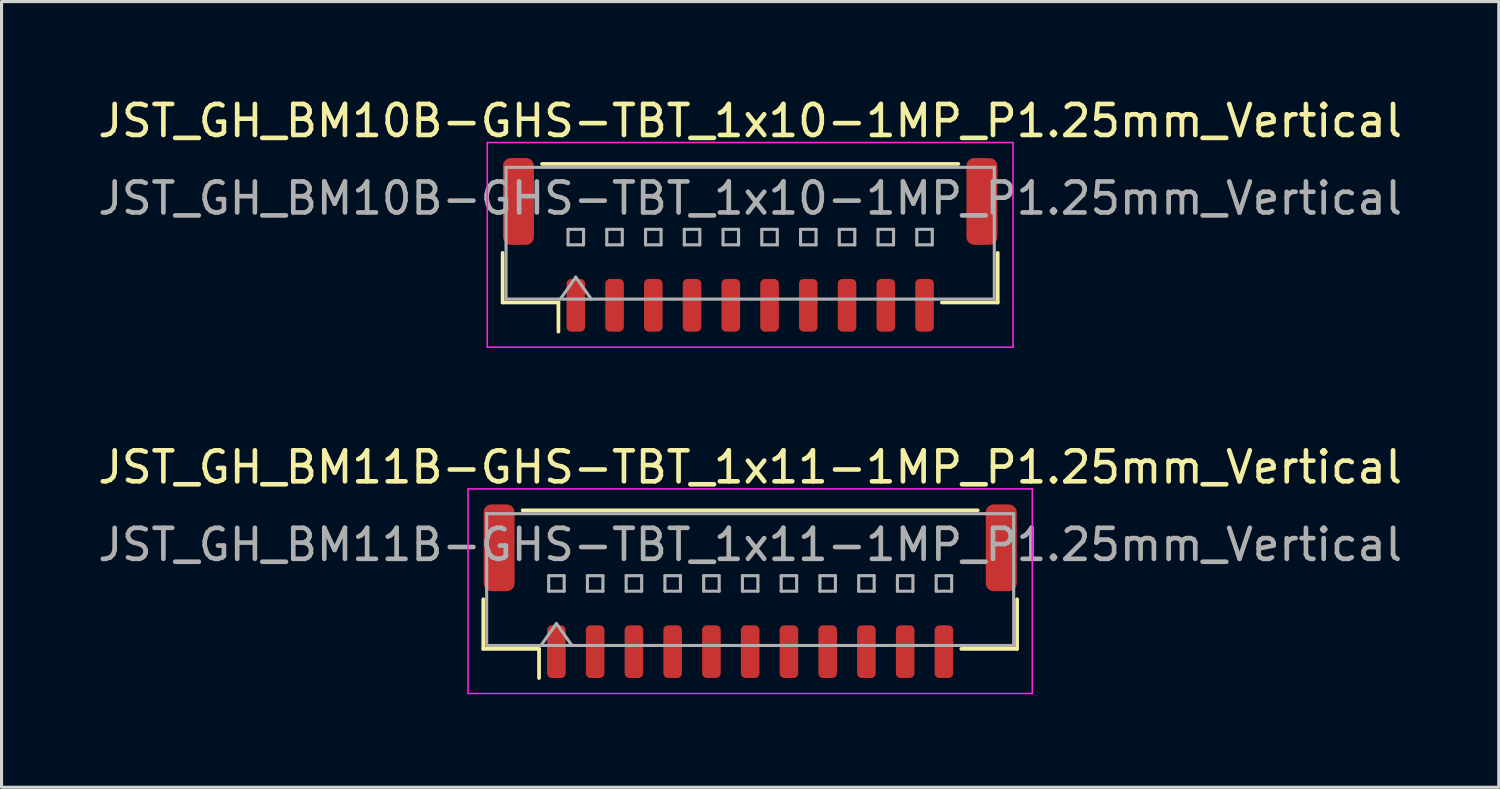
<source format=kicad_pcb>
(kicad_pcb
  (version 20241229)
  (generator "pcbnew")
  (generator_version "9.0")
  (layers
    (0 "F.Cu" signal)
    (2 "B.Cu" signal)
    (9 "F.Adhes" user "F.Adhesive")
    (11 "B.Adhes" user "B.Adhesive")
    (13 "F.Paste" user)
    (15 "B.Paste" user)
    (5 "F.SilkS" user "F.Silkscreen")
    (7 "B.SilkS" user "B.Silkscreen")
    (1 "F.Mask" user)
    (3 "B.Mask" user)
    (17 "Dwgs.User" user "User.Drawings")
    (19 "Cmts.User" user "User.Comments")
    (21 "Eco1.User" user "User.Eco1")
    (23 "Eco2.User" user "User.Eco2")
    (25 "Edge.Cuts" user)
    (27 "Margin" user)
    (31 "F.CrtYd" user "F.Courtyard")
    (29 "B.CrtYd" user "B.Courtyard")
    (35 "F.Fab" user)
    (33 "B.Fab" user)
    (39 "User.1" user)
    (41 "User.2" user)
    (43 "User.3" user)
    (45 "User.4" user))
  (footprint "JST_GH_BM10B-GHS-TBT_1x10-1MP_P1.25mm_Vertical"
    (layer "F.Cu")
    (at 21.149 4.848)
    (property "Reference" "JST_GH_BM10B-GHS-TBT_1x10-1MP_P1.25mm_Vertical" (at 0 -4 0) (layer "F.SilkS") (effects (font (size 1 1) (thickness 0.15))))
    (attr smd)
    (fp_line (start -7.985 0.26) (end -7.985 1.86) (stroke (width 0.12) (type solid)) (layer "F.SilkS"))
    (fp_line (start -7.985 1.86) (end -6.185 1.86) (stroke (width 0.12) (type solid)) (layer "F.SilkS"))
    (fp_line (start -6.715 -2.61) (end 6.715 -2.61) (stroke (width 0.12) (type solid)) (layer "F.SilkS"))
    (fp_line (start -6.185 1.86) (end -6.185 2.8) (stroke (width 0.12) (type solid)) (layer "F.SilkS"))
    (fp_line (start 7.985 0.26) (end 7.985 1.86) (stroke (width 0.12) (type solid)) (layer "F.SilkS"))
    (fp_line (start 7.985 1.86) (end 6.185 1.86) (stroke (width 0.12) (type solid)) (layer "F.SilkS"))
    (fp_line (start -8.48 -3.3) (end -8.48 3.3) (stroke (width 0.05) (type solid)) (layer "F.CrtYd"))
    (fp_line (start -8.48 3.3) (end 8.48 3.3) (stroke (width 0.05) (type solid)) (layer "F.CrtYd"))
    (fp_line (start 8.48 -3.3) (end -8.48 -3.3) (stroke (width 0.05) (type solid)) (layer "F.CrtYd"))
    (fp_line (start 8.48 3.3) (end 8.48 -3.3) (stroke (width 0.05) (type solid)) (layer "F.CrtYd"))
    (fp_line (start -7.875 -2.5) (end 7.875 -2.5) (stroke (width 0.1) (type solid)) (layer "F.Fab"))
    (fp_line (start -7.875 1.75) (end -7.875 -2.5) (stroke (width 0.1) (type solid)) (layer "F.Fab"))
    (fp_line (start -7.875 1.75) (end 7.875 1.75) (stroke (width 0.1) (type solid)) (layer "F.Fab"))
    (fp_line (start -6.125 1.75) (end -5.625 1.043) (stroke (width 0.1) (type solid)) (layer "F.Fab"))
    (fp_line (start -5.875 -0.5) (end -5.875 0) (stroke (width 0.1) (type solid)) (layer "F.Fab"))
    (fp_line (start -5.875 0) (end -5.375 0) (stroke (width 0.1) (type solid)) (layer "F.Fab"))
    (fp_line (start -5.625 1.043) (end -5.125 1.75) (stroke (width 0.1) (type solid)) (layer "F.Fab"))
    (fp_line (start -5.375 -0.5) (end -5.875 -0.5) (stroke (width 0.1) (type solid)) (layer "F.Fab"))
    (fp_line (start -5.375 0) (end -5.375 -0.5) (stroke (width 0.1) (type solid)) (layer "F.Fab"))
    (fp_line (start -4.625 -0.5) (end -4.625 0) (stroke (width 0.1) (type solid)) (layer "F.Fab"))
    (fp_line (start -4.625 0) (end -4.125 0) (stroke (width 0.1) (type solid)) (layer "F.Fab"))
    (fp_line (start -4.125 -0.5) (end -4.625 -0.5) (stroke (width 0.1) (type solid)) (layer "F.Fab"))
    (fp_line (start -4.125 0) (end -4.125 -0.5) (stroke (width 0.1) (type solid)) (layer "F.Fab"))
    (fp_line (start -3.375 -0.5) (end -3.375 0) (stroke (width 0.1) (type solid)) (layer "F.Fab"))
    (fp_line (start -3.375 0) (end -2.875 0) (stroke (width 0.1) (type solid)) (layer "F.Fab"))
    (fp_line (start -2.875 -0.5) (end -3.375 -0.5) (stroke (width 0.1) (type solid)) (layer "F.Fab"))
    (fp_line (start -2.875 0) (end -2.875 -0.5) (stroke (width 0.1) (type solid)) (layer "F.Fab"))
    (fp_line (start -2.125 -0.5) (end -2.125 0) (stroke (width 0.1) (type solid)) (layer "F.Fab"))
    (fp_line (start -2.125 0) (end -1.625 0) (stroke (width 0.1) (type solid)) (layer "F.Fab"))
    (fp_line (start -1.625 -0.5) (end -2.125 -0.5) (stroke (width 0.1) (type solid)) (layer "F.Fab"))
    (fp_line (start -1.625 0) (end -1.625 -0.5) (stroke (width 0.1) (type solid)) (layer "F.Fab"))
    (fp_line (start -0.875 -0.5) (end -0.875 0) (stroke (width 0.1) (type solid)) (layer "F.Fab"))
    (fp_line (start -0.875 0) (end -0.375 0) (stroke (width 0.1) (type solid)) (layer "F.Fab"))
    (fp_line (start -0.375 -0.5) (end -0.875 -0.5) (stroke (width 0.1) (type solid)) (layer "F.Fab"))
    (fp_line (start -0.375 0) (end -0.375 -0.5) (stroke (width 0.1) (type solid)) (layer "F.Fab"))
    (fp_line (start 0.375 -0.5) (end 0.375 0) (stroke (width 0.1) (type solid)) (layer "F.Fab"))
    (fp_line (start 0.375 0) (end 0.875 0) (stroke (width 0.1) (type solid)) (layer "F.Fab"))
    (fp_line (start 0.875 -0.5) (end 0.375 -0.5) (stroke (width 0.1) (type solid)) (layer "F.Fab"))
    (fp_line (start 0.875 0) (end 0.875 -0.5) (stroke (width 0.1) (type solid)) (layer "F.Fab"))
    (fp_line (start 1.625 -0.5) (end 1.625 0) (stroke (width 0.1) (type solid)) (layer "F.Fab"))
    (fp_line (start 1.625 0) (end 2.125 0) (stroke (width 0.1) (type solid)) (layer "F.Fab"))
    (fp_line (start 2.125 -0.5) (end 1.625 -0.5) (stroke (width 0.1) (type solid)) (layer "F.Fab"))
    (fp_line (start 2.125 0) (end 2.125 -0.5) (stroke (width 0.1) (type solid)) (layer "F.Fab"))
    (fp_line (start 2.875 -0.5) (end 2.875 0) (stroke (width 0.1) (type solid)) (layer "F.Fab"))
    (fp_line (start 2.875 0) (end 3.375 0) (stroke (width 0.1) (type solid)) (layer "F.Fab"))
    (fp_line (start 3.375 -0.5) (end 2.875 -0.5) (stroke (width 0.1) (type solid)) (layer "F.Fab"))
    (fp_line (start 3.375 0) (end 3.375 -0.5) (stroke (width 0.1) (type solid)) (layer "F.Fab"))
    (fp_line (start 4.125 -0.5) (end 4.125 0) (stroke (width 0.1) (type solid)) (layer "F.Fab"))
    (fp_line (start 4.125 0) (end 4.625 0) (stroke (width 0.1) (type solid)) (layer "F.Fab"))
    (fp_line (start 4.625 -0.5) (end 4.125 -0.5) (stroke (width 0.1) (type solid)) (layer "F.Fab"))
    (fp_line (start 4.625 0) (end 4.625 -0.5) (stroke (width 0.1) (type solid)) (layer "F.Fab"))
    (fp_line (start 5.375 -0.5) (end 5.375 0) (stroke (width 0.1) (type solid)) (layer "F.Fab"))
    (fp_line (start 5.375 0) (end 5.875 0) (stroke (width 0.1) (type solid)) (layer "F.Fab"))
    (fp_line (start 5.875 -0.5) (end 5.375 -0.5) (stroke (width 0.1) (type solid)) (layer "F.Fab"))
    (fp_line (start 5.875 0) (end 5.875 -0.5) (stroke (width 0.1) (type solid)) (layer "F.Fab"))
    (fp_line (start 7.875 1.75) (end 7.875 -2.5) (stroke (width 0.1) (type solid)) (layer "F.Fab"))
    (fp_text user "${REFERENCE}" (at 0 -1.5 0) (layer "F.Fab") (effects (font (size 1 1) (thickness 0.15))))
    (pad "1" smd roundrect (at -5.625 1.95) (size 0.6 1.7) (layers "F.Cu" "F.Mask" "F.Paste") (roundrect_rratio 0.25))
    (pad "2" smd roundrect (at -4.375 1.95) (size 0.6 1.7) (layers "F.Cu" "F.Mask" "F.Paste") (roundrect_rratio 0.25))
    (pad "3" smd roundrect (at -3.125 1.95) (size 0.6 1.7) (layers "F.Cu" "F.Mask" "F.Paste") (roundrect_rratio 0.25))
    (pad "4" smd roundrect (at -1.875 1.95) (size 0.6 1.7) (layers "F.Cu" "F.Mask" "F.Paste") (roundrect_rratio 0.25))
    (pad "5" smd roundrect (at -0.625 1.95) (size 0.6 1.7) (layers "F.Cu" "F.Mask" "F.Paste") (roundrect_rratio 0.25))
    (pad "6" smd roundrect (at 0.625 1.95) (size 0.6 1.7) (layers "F.Cu" "F.Mask" "F.Paste") (roundrect_rratio 0.25))
    (pad "7" smd roundrect (at 1.875 1.95) (size 0.6 1.7) (layers "F.Cu" "F.Mask" "F.Paste") (roundrect_rratio 0.25))
    (pad "8" smd roundrect (at 3.125 1.95) (size 0.6 1.7) (layers "F.Cu" "F.Mask" "F.Paste") (roundrect_rratio 0.25))
    (pad "9" smd roundrect (at 4.375 1.95) (size 0.6 1.7) (layers "F.Cu" "F.Mask" "F.Paste") (roundrect_rratio 0.25))
    (pad "10" smd roundrect (at 5.625 1.95) (size 0.6 1.7) (layers "F.Cu" "F.Mask" "F.Paste") (roundrect_rratio 0.25))
    (pad "MP" smd roundrect (at -7.475 -1.4) (size 1 2.8) (layers "F.Cu" "F.Mask" "F.Paste") (roundrect_rratio 0.25))
    (pad "MP" smd roundrect (at 7.475 -1.4) (size 1 2.8) (layers "F.Cu" "F.Mask" "F.Paste") (roundrect_rratio 0.25)))
  (footprint "JST_GH_BM11B-GHS-TBT_1x11-1MP_P1.25mm_Vertical"
    (layer "F.Cu")
    (at 21.149 16.021)
    (property "Reference" "JST_GH_BM11B-GHS-TBT_1x11-1MP_P1.25mm_Vertical" (at 0 -4 0) (layer "F.SilkS") (effects (font (size 1 1) (thickness 0.15))))
    (attr smd)
    (fp_line (start -8.61 0.26) (end -8.61 1.86) (stroke (width 0.12) (type solid)) (layer "F.SilkS"))
    (fp_line (start -8.61 1.86) (end -6.81 1.86) (stroke (width 0.12) (type solid)) (layer "F.SilkS"))
    (fp_line (start -7.34 -2.61) (end 7.34 -2.61) (stroke (width 0.12) (type solid)) (layer "F.SilkS"))
    (fp_line (start -6.81 1.86) (end -6.81 2.8) (stroke (width 0.12) (type solid)) (layer "F.SilkS"))
    (fp_line (start 8.61 0.26) (end 8.61 1.86) (stroke (width 0.12) (type solid)) (layer "F.SilkS"))
    (fp_line (start 8.61 1.86) (end 6.81 1.86) (stroke (width 0.12) (type solid)) (layer "F.SilkS"))
    (fp_line (start -9.1 -3.3) (end -9.1 3.3) (stroke (width 0.05) (type solid)) (layer "F.CrtYd"))
    (fp_line (start -9.1 3.3) (end 9.1 3.3) (stroke (width 0.05) (type solid)) (layer "F.CrtYd"))
    (fp_line (start 9.1 -3.3) (end -9.1 -3.3) (stroke (width 0.05) (type solid)) (layer "F.CrtYd"))
    (fp_line (start 9.1 3.3) (end 9.1 -3.3) (stroke (width 0.05) (type solid)) (layer "F.CrtYd"))
    (fp_line (start -8.5 -2.5) (end 8.5 -2.5) (stroke (width 0.1) (type solid)) (layer "F.Fab"))
    (fp_line (start -8.5 1.75) (end -8.5 -2.5) (stroke (width 0.1) (type solid)) (layer "F.Fab"))
    (fp_line (start -8.5 1.75) (end 8.5 1.75) (stroke (width 0.1) (type solid)) (layer "F.Fab"))
    (fp_line (start -6.75 1.75) (end -6.25 1.043) (stroke (width 0.1) (type solid)) (layer "F.Fab"))
    (fp_line (start -6.5 -0.5) (end -6.5 0) (stroke (width 0.1) (type solid)) (layer "F.Fab"))
    (fp_line (start -6.5 0) (end -6 0) (stroke (width 0.1) (type solid)) (layer "F.Fab"))
    (fp_line (start -6.25 1.043) (end -5.75 1.75) (stroke (width 0.1) (type solid)) (layer "F.Fab"))
    (fp_line (start -6 -0.5) (end -6.5 -0.5) (stroke (width 0.1) (type solid)) (layer "F.Fab"))
    (fp_line (start -6 0) (end -6 -0.5) (stroke (width 0.1) (type solid)) (layer "F.Fab"))
    (fp_line (start -5.25 -0.5) (end -5.25 0) (stroke (width 0.1) (type solid)) (layer "F.Fab"))
    (fp_line (start -5.25 0) (end -4.75 0) (stroke (width 0.1) (type solid)) (layer "F.Fab"))
    (fp_line (start -4.75 -0.5) (end -5.25 -0.5) (stroke (width 0.1) (type solid)) (layer "F.Fab"))
    (fp_line (start -4.75 0) (end -4.75 -0.5) (stroke (width 0.1) (type solid)) (layer "F.Fab"))
    (fp_line (start -4 -0.5) (end -4 0) (stroke (width 0.1) (type solid)) (layer "F.Fab"))
    (fp_line (start -4 0) (end -3.5 0) (stroke (width 0.1) (type solid)) (layer "F.Fab"))
    (fp_line (start -3.5 -0.5) (end -4 -0.5) (stroke (width 0.1) (type solid)) (layer "F.Fab"))
    (fp_line (start -3.5 0) (end -3.5 -0.5) (stroke (width 0.1) (type solid)) (layer "F.Fab"))
    (fp_line (start -2.75 -0.5) (end -2.75 0) (stroke (width 0.1) (type solid)) (layer "F.Fab"))
    (fp_line (start -2.75 0) (end -2.25 0) (stroke (width 0.1) (type solid)) (layer "F.Fab"))
    (fp_line (start -2.25 -0.5) (end -2.75 -0.5) (stroke (width 0.1) (type solid)) (layer "F.Fab"))
    (fp_line (start -2.25 0) (end -2.25 -0.5) (stroke (width 0.1) (type solid)) (layer "F.Fab"))
    (fp_line (start -1.5 -0.5) (end -1.5 0) (stroke (width 0.1) (type solid)) (layer "F.Fab"))
    (fp_line (start -1.5 0) (end -1 0) (stroke (width 0.1) (type solid)) (layer "F.Fab"))
    (fp_line (start -1 -0.5) (end -1.5 -0.5) (stroke (width 0.1) (type solid)) (layer "F.Fab"))
    (fp_line (start -1 0) (end -1 -0.5) (stroke (width 0.1) (type solid)) (layer "F.Fab"))
    (fp_line (start -0.25 -0.5) (end -0.25 0) (stroke (width 0.1) (type solid)) (layer "F.Fab"))
    (fp_line (start -0.25 0) (end 0.25 0) (stroke (width 0.1) (type solid)) (layer "F.Fab"))
    (fp_line (start 0.25 -0.5) (end -0.25 -0.5) (stroke (width 0.1) (type solid)) (layer "F.Fab"))
    (fp_line (start 0.25 0) (end 0.25 -0.5) (stroke (width 0.1) (type solid)) (layer "F.Fab"))
    (fp_line (start 1 -0.5) (end 1 0) (stroke (width 0.1) (type solid)) (layer "F.Fab"))
    (fp_line (start 1 0) (end 1.5 0) (stroke (width 0.1) (type solid)) (layer "F.Fab"))
    (fp_line (start 1.5 -0.5) (end 1 -0.5) (stroke (width 0.1) (type solid)) (layer "F.Fab"))
    (fp_line (start 1.5 0) (end 1.5 -0.5) (stroke (width 0.1) (type solid)) (layer "F.Fab"))
    (fp_line (start 2.25 -0.5) (end 2.25 0) (stroke (width 0.1) (type solid)) (layer "F.Fab"))
    (fp_line (start 2.25 0) (end 2.75 0) (stroke (width 0.1) (type solid)) (layer "F.Fab"))
    (fp_line (start 2.75 -0.5) (end 2.25 -0.5) (stroke (width 0.1) (type solid)) (layer "F.Fab"))
    (fp_line (start 2.75 0) (end 2.75 -0.5) (stroke (width 0.1) (type solid)) (layer "F.Fab"))
    (fp_line (start 3.5 -0.5) (end 3.5 0) (stroke (width 0.1) (type solid)) (layer "F.Fab"))
    (fp_line (start 3.5 0) (end 4 0) (stroke (width 0.1) (type solid)) (layer "F.Fab"))
    (fp_line (start 4 -0.5) (end 3.5 -0.5) (stroke (width 0.1) (type solid)) (layer "F.Fab"))
    (fp_line (start 4 0) (end 4 -0.5) (stroke (width 0.1) (type solid)) (layer "F.Fab"))
    (fp_line (start 4.75 -0.5) (end 4.75 0) (stroke (width 0.1) (type solid)) (layer "F.Fab"))
    (fp_line (start 4.75 0) (end 5.25 0) (stroke (width 0.1) (type solid)) (layer "F.Fab"))
    (fp_line (start 5.25 -0.5) (end 4.75 -0.5) (stroke (width 0.1) (type solid)) (layer "F.Fab"))
    (fp_line (start 5.25 0) (end 5.25 -0.5) (stroke (width 0.1) (type solid)) (layer "F.Fab"))
    (fp_line (start 6 -0.5) (end 6 0) (stroke (width 0.1) (type solid)) (layer "F.Fab"))
    (fp_line (start 6 0) (end 6.5 0) (stroke (width 0.1) (type solid)) (layer "F.Fab"))
    (fp_line (start 6.5 -0.5) (end 6 -0.5) (stroke (width 0.1) (type solid)) (layer "F.Fab"))
    (fp_line (start 6.5 0) (end 6.5 -0.5) (stroke (width 0.1) (type solid)) (layer "F.Fab"))
    (fp_line (start 8.5 1.75) (end 8.5 -2.5) (stroke (width 0.1) (type solid)) (layer "F.Fab"))
    (fp_text user "${REFERENCE}" (at 0 -1.5 0) (layer "F.Fab") (effects (font (size 1 1) (thickness 0.15))))
    (pad "1" smd roundrect (at -6.25 1.95) (size 0.6 1.7) (layers "F.Cu" "F.Mask" "F.Paste") (roundrect_rratio 0.25))
    (pad "2" smd roundrect (at -5 1.95) (size 0.6 1.7) (layers "F.Cu" "F.Mask" "F.Paste") (roundrect_rratio 0.25))
    (pad "3" smd roundrect (at -3.75 1.95) (size 0.6 1.7) (layers "F.Cu" "F.Mask" "F.Paste") (roundrect_rratio 0.25))
    (pad "4" smd roundrect (at -2.5 1.95) (size 0.6 1.7) (layers "F.Cu" "F.Mask" "F.Paste") (roundrect_rratio 0.25))
    (pad "5" smd roundrect (at -1.25 1.95) (size 0.6 1.7) (layers "F.Cu" "F.Mask" "F.Paste") (roundrect_rratio 0.25))
    (pad "6" smd roundrect (at 0 1.95) (size 0.6 1.7) (layers "F.Cu" "F.Mask" "F.Paste") (roundrect_rratio 0.25))
    (pad "7" smd roundrect (at 1.25 1.95) (size 0.6 1.7) (layers "F.Cu" "F.Mask" "F.Paste") (roundrect_rratio 0.25))
    (pad "8" smd roundrect (at 2.5 1.95) (size 0.6 1.7) (layers "F.Cu" "F.Mask" "F.Paste") (roundrect_rratio 0.25))
    (pad "9" smd roundrect (at 3.75 1.95) (size 0.6 1.7) (layers "F.Cu" "F.Mask" "F.Paste") (roundrect_rratio 0.25))
    (pad "10" smd roundrect (at 5 1.95) (size 0.6 1.7) (layers "F.Cu" "F.Mask" "F.Paste") (roundrect_rratio 0.25))
    (pad "11" smd roundrect (at 6.25 1.95) (size 0.6 1.7) (layers "F.Cu" "F.Mask" "F.Paste") (roundrect_rratio 0.25))
    (pad "MP" smd roundrect (at -8.1 -1.4) (size 1 2.8) (layers "F.Cu" "F.Mask" "F.Paste") (roundrect_rratio 0.25))
    (pad "MP" smd roundrect (at 8.1 -1.4) (size 1 2.8) (layers "F.Cu" "F.Mask" "F.Paste") (roundrect_rratio 0.25)))
  (gr_rect
    (start -3 -3)
    (end 45.298 22.346)
    (stroke (width 0.1) (type default))
    (fill no)
    (layer "Edge.Cuts")))
</source>
